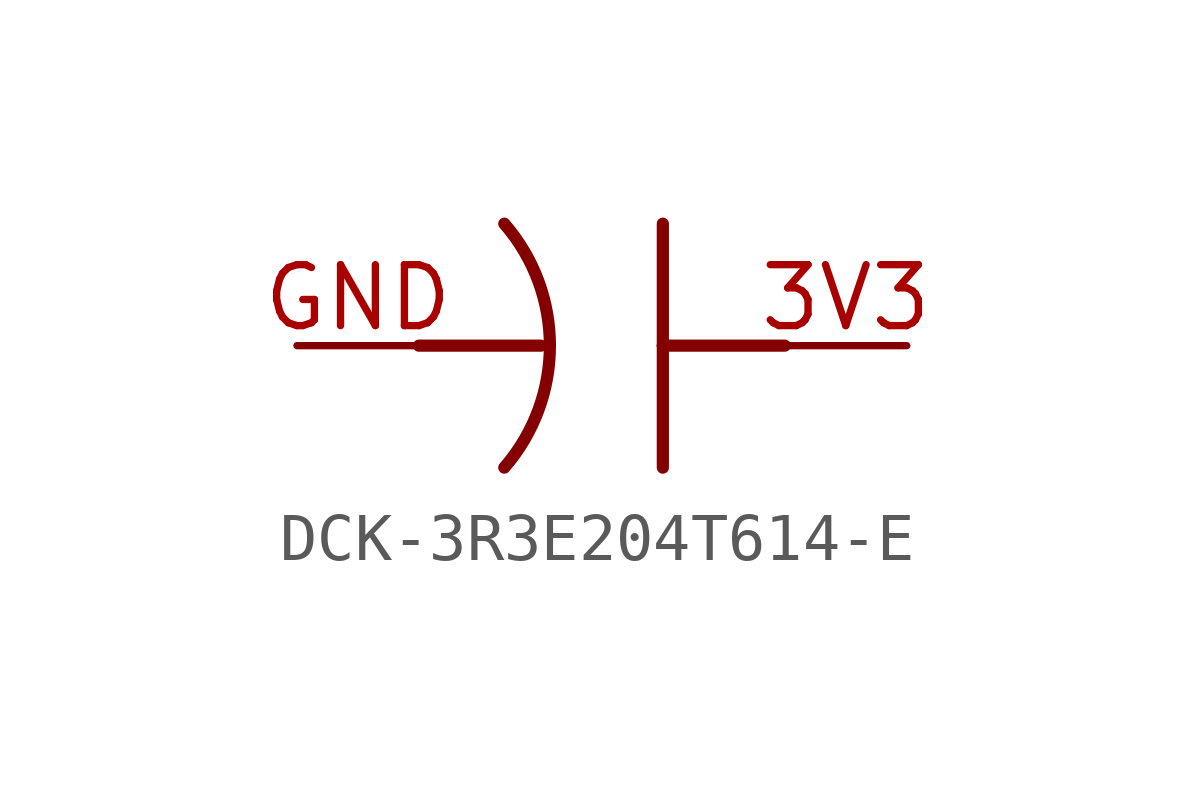
<source format=kicad_sym>
(kicad_symbol_lib
  (version 20220914)
  (generator kicad_symbol_editor)
  (symbol "DCK-3R3E204T614-E"
    (property "Reference" "C"
      (at 0 0 0)
      (effects (font (size 1.27 1.27)) hide))
    (property "ki_locked" ""
      (at 0 0 0)
      (effects (font (size 1.27 1.27))))
    (symbol "DCK-3R3E204T614-E_1_0"
      (arc (start -5.8419 -2.5399) (mid -4.8921 0.0001) (end -5.842 2.54) (stroke (width 0.254) (type solid)) (fill (type none)))
      (polyline (pts (xy -7.62 0) (xy -5.08 0)) (stroke (width 0.254) (type solid)) (fill (type none)))
      (polyline (pts (xy -2.54 0) (xy -2.54 -2.54)) (stroke (width 0.254) (type solid)) (fill (type none)))
      (polyline (pts (xy -2.54 2.54) (xy -2.54 0)) (stroke (width 0.254) (type solid)) (fill (type none)))
      (polyline (pts (xy 0 0) (xy -2.54 0)) (stroke (width 0.254) (type solid)) (fill (type none)))
      (pin bidirectional line (at 2.54 0 180) (length 2.54) (name "3V3" (effects (font (size 0 0)))) (number "3V3" (effects (font (size 1.27 1.27)))))
      (pin bidirectional line (at -10.16 0 0) (length 2.54) (name "GND" (effects (font (size 0 0)))) (number "GND" (effects (font (size 1.27 1.27))))))))
</source>
